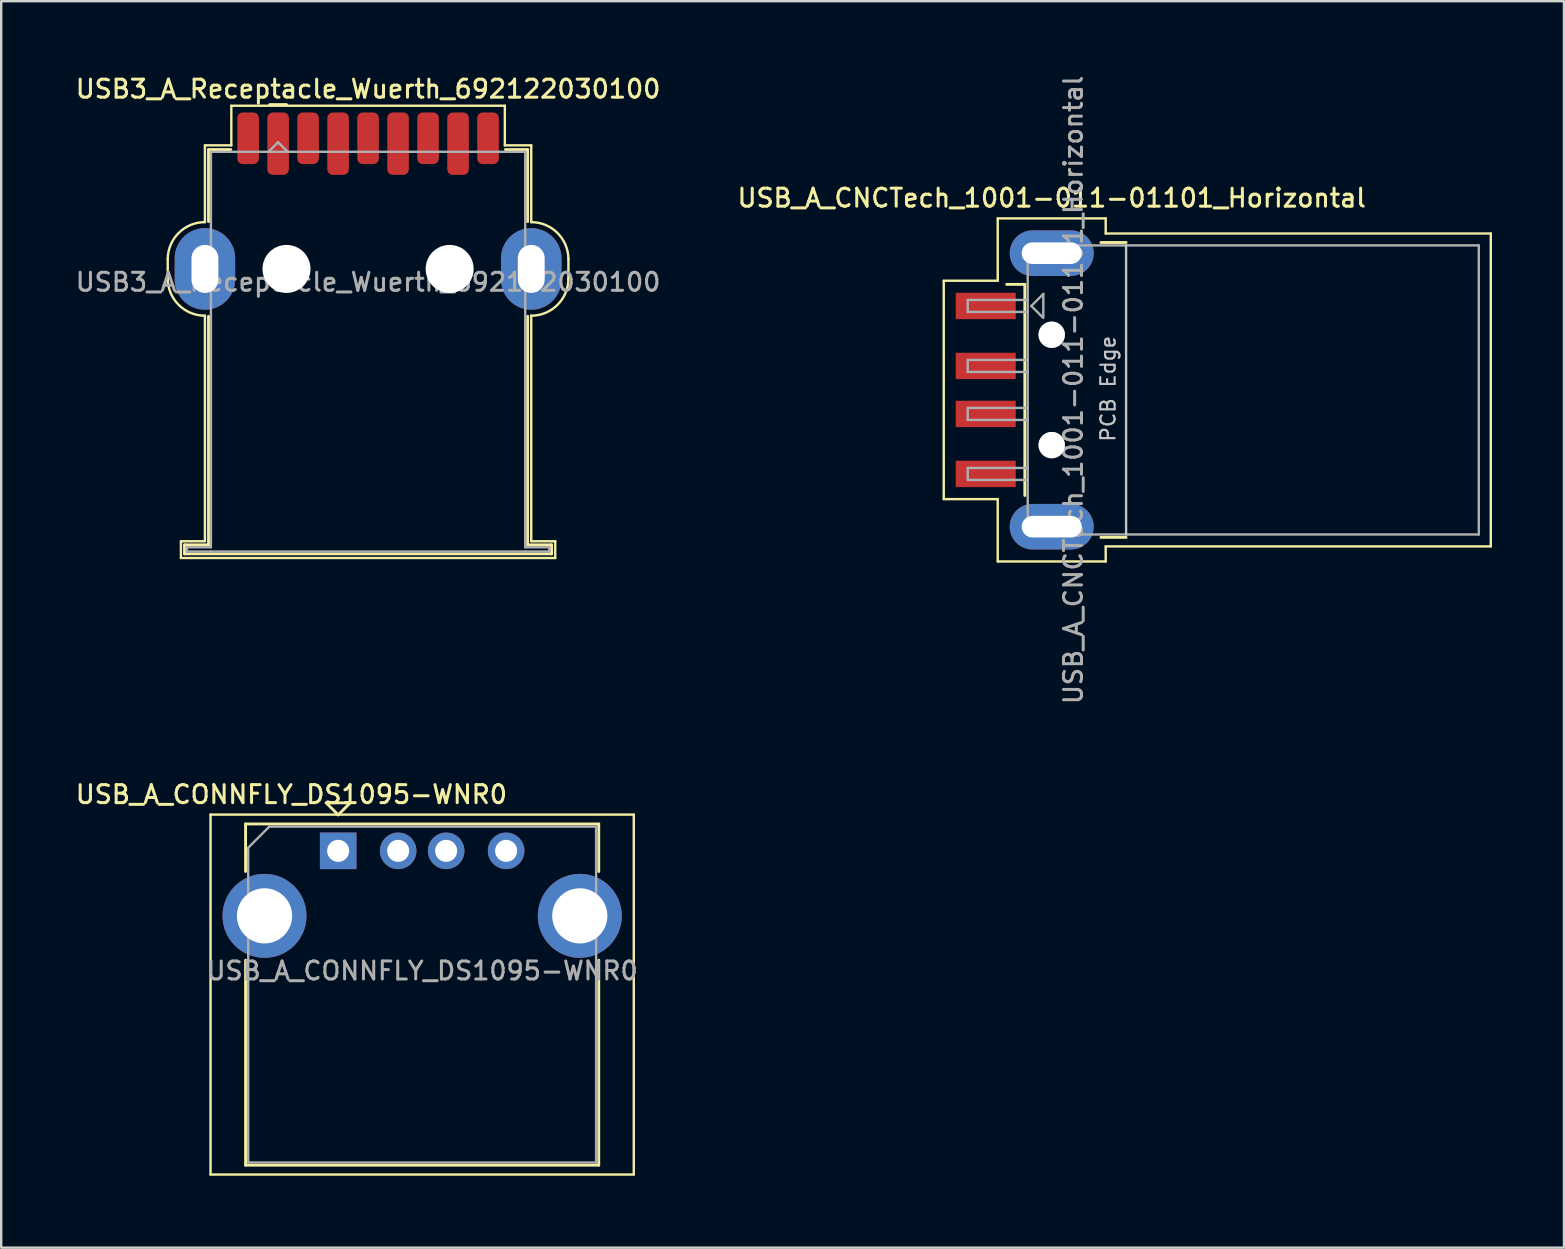
<source format=kicad_pcb>
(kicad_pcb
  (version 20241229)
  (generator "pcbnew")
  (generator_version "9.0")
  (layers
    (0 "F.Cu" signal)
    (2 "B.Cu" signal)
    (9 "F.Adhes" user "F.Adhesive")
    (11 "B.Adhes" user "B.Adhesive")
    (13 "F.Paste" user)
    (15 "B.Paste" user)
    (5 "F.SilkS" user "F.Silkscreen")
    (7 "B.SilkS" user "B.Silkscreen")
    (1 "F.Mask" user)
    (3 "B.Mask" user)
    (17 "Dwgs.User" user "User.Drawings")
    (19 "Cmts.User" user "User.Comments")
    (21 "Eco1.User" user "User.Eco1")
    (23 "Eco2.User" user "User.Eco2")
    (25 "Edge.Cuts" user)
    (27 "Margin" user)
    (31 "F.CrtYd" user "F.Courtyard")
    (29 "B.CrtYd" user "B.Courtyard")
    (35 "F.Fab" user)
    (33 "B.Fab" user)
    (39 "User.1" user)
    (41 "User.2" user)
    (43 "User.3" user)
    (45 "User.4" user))
  (footprint "USB_A_CONNFLY_DS1095-WNR0"
    (layer "F.Cu")
    (at 11.045 32.412)
    (property "Reference" "USB_A_CONNFLY_DS1095-WNR0" (at -1.95 -2.35 0) (layer "F.SilkS") (effects (font (size 0.75 0.75) (thickness 0.125))))
    (attr through_hole)
    (fp_line (start -5.32 -1.51) (end -5.32 13.49) (stroke (width 0.1) (type solid)) (layer "F.SilkS"))
    (fp_line (start -5.32 -1.51) (end 12.32 -1.51) (stroke (width 0.1) (type solid)) (layer "F.SilkS"))
    (fp_line (start -3.86 -1.12) (end -3.86 0.86) (stroke (width 0.12) (type solid)) (layer "F.SilkS"))
    (fp_line (start -3.86 -1.12) (end 10.86 -1.12) (stroke (width 0.12) (type solid)) (layer "F.SilkS"))
    (fp_line (start -3.86 4.56) (end -3.86 13.1) (stroke (width 0.12) (type solid)) (layer "F.SilkS"))
    (fp_line (start -3.86 13.1) (end 10.86 13.1) (stroke (width 0.12) (type solid)) (layer "F.SilkS"))
    (fp_line (start -0.5 -2) (end 0 -1.5) (stroke (width 0.12) (type solid)) (layer "F.SilkS"))
    (fp_line (start 0 -1.5) (end 0.5 -2) (stroke (width 0.12) (type solid)) (layer "F.SilkS"))
    (fp_line (start 0.5 -2) (end -0.5 -2) (stroke (width 0.12) (type solid)) (layer "F.SilkS"))
    (fp_line (start 10.86 0.86) (end 10.86 -1.12) (stroke (width 0.12) (type solid)) (layer "F.SilkS"))
    (fp_line (start 10.86 4.56) (end 10.86 13.1) (stroke (width 0.12) (type solid)) (layer "F.SilkS"))
    (fp_line (start 12.32 -1.51) (end 12.32 13.49) (stroke (width 0.1) (type solid)) (layer "F.SilkS"))
    (fp_line (start 12.32 13.49) (end -5.32 13.49) (stroke (width 0.1) (type solid)) (layer "F.SilkS"))
    (fp_line (start -3.75 -0.13) (end -3.75 12.99) (stroke (width 0.1) (type solid)) (layer "F.Fab"))
    (fp_line (start -3.75 12.99) (end 10.75 12.99) (stroke (width 0.1) (type solid)) (layer "F.Fab"))
    (fp_line (start -2.87 -1.01) (end -3.75 -0.13) (stroke (width 0.1) (type solid)) (layer "F.Fab"))
    (fp_line (start -2.87 -1.01) (end 10.75 -1.01) (stroke (width 0.1) (type solid)) (layer "F.Fab"))
    (fp_line (start 10.75 -1.01) (end 10.75 12.99) (stroke (width 0.1) (type solid)) (layer "F.Fab"))
    (fp_text user "${REFERENCE}" (at 3.5 5 0) (layer "F.Fab") (effects (font (size 0.75 0.75) (thickness 0.125))))
    (pad "1" thru_hole rect (at 0 0) (size 1.524 1.524) (drill 0.92) (layers "*.Cu" "*.Mask"))
    (pad "2" thru_hole circle (at 2.5 0) (size 1.524 1.524) (drill 0.92) (layers "*.Cu" "*.Mask"))
    (pad "3" thru_hole circle (at 4.5 0) (size 1.524 1.524) (drill 0.92) (layers "*.Cu" "*.Mask"))
    (pad "4" thru_hole circle (at 7 0) (size 1.524 1.524) (drill 0.92) (layers "*.Cu" "*.Mask"))
    (pad "5" thru_hole circle (at -3.07 2.71) (size 3.5 3.5) (drill 2.3) (layers "*.Cu" "*.Mask"))
    (pad "5" thru_hole circle (at 10.07 2.71) (size 3.5 3.5) (drill 2.3) (layers "*.Cu" "*.Mask")))
  (footprint "USB3_A_Receptacle_Wuerth_692122030100"
    (layer "F.Cu")
    (at 12.291 11.608)
    (property "Reference" "USB3_A_Receptacle_Wuerth_692122030100" (at 0 -10.95 0) (layer "F.SilkS") (effects (font (size 0.75 0.75) (thickness 0.125))))
    (attr smd)
    (fp_line (start -8.35 -3.85) (end -8.35 -3.05) (stroke (width 0.1) (type solid)) (layer "F.SilkS"))
    (fp_line (start -7.8 7.9) (end -7.8 8.6) (stroke (width 0.1) (type solid)) (layer "F.SilkS"))
    (fp_line (start -7.8 8.6) (end 7.8 8.6) (stroke (width 0.1) (type solid)) (layer "F.SilkS"))
    (fp_line (start -7.65 8.05) (end -6.65 8.05) (stroke (width 0.12) (type solid)) (layer "F.SilkS"))
    (fp_line (start -7.65 8.425) (end -7.65 8.05) (stroke (width 0.12) (type solid)) (layer "F.SilkS"))
    (fp_line (start -7.65 8.425) (end 7.65 8.425) (stroke (width 0.12) (type solid)) (layer "F.SilkS"))
    (fp_line (start -6.8 -8.6) (end -6.8 -5.4) (stroke (width 0.1) (type solid)) (layer "F.SilkS"))
    (fp_line (start -6.8 -1.5) (end -6.8 7.9) (stroke (width 0.1) (type solid)) (layer "F.SilkS"))
    (fp_line (start -6.8 7.9) (end -7.8 7.9) (stroke (width 0.1) (type solid)) (layer "F.SilkS"))
    (fp_line (start -6.65 -8.425) (end -6.65 -5.425) (stroke (width 0.12) (type solid)) (layer "F.SilkS"))
    (fp_line (start -6.65 8.05) (end -6.65 -1.475) (stroke (width 0.12) (type solid)) (layer "F.SilkS"))
    (fp_line (start -5.725 -8.425) (end -6.65 -8.425) (stroke (width 0.12) (type solid)) (layer "F.SilkS"))
    (fp_line (start -5.7 -10.25) (end -5.7 -8.6) (stroke (width 0.1) (type solid)) (layer "F.SilkS"))
    (fp_line (start -5.7 -8.6) (end -6.8 -8.6) (stroke (width 0.1) (type solid)) (layer "F.SilkS"))
    (fp_line (start -3.4 -10.3) (end -4.1 -10.3) (stroke (width 0.12) (type solid)) (layer "F.SilkS"))
    (fp_line (start 5.7 -10.25) (end -5.7 -10.25) (stroke (width 0.1) (type solid)) (layer "F.SilkS"))
    (fp_line (start 5.7 -8.6) (end 5.7 -10.25) (stroke (width 0.1) (type solid)) (layer "F.SilkS"))
    (fp_line (start 5.725 -8.425) (end 6.65 -8.425) (stroke (width 0.12) (type solid)) (layer "F.SilkS"))
    (fp_line (start 6.65 -8.425) (end 6.65 -5.425) (stroke (width 0.12) (type solid)) (layer "F.SilkS"))
    (fp_line (start 6.65 8.05) (end 6.65 -1.475) (stroke (width 0.12) (type solid)) (layer "F.SilkS"))
    (fp_line (start 6.8 -8.6) (end 5.7 -8.6) (stroke (width 0.1) (type solid)) (layer "F.SilkS"))
    (fp_line (start 6.8 -5.4) (end 6.8 -8.6) (stroke (width 0.1) (type solid)) (layer "F.SilkS"))
    (fp_line (start 6.8 7.9) (end 6.8 -1.5) (stroke (width 0.1) (type solid)) (layer "F.SilkS"))
    (fp_line (start 7.65 8.05) (end 6.65 8.05) (stroke (width 0.12) (type solid)) (layer "F.SilkS"))
    (fp_line (start 7.65 8.425) (end 7.65 8.05) (stroke (width 0.12) (type solid)) (layer "F.SilkS"))
    (fp_line (start 7.8 7.9) (end 6.8 7.9) (stroke (width 0.1) (type solid)) (layer "F.SilkS"))
    (fp_line (start 7.8 8.6) (end 7.8 7.9) (stroke (width 0.1) (type solid)) (layer "F.SilkS"))
    (fp_line (start 8.35 -3.05) (end 8.35 -3.85) (stroke (width 0.1) (type solid)) (layer "F.SilkS"))
    (fp_arc (start -8.35 -3.85) (mid -7.896016 -4.946016) (end -6.8 -5.4) (stroke (width 0.1) (type solid)) (layer "F.SilkS"))
    (fp_arc (start -6.8 -1.5) (mid -7.896016 -1.953984) (end -8.35 -3.05) (stroke (width 0.1) (type solid)) (layer "F.SilkS"))
    (fp_arc (start 6.8 -5.4) (mid 7.896016 -4.946016) (end 8.35 -3.85) (stroke (width 0.1) (type solid)) (layer "F.SilkS"))
    (fp_arc (start 8.35 -3.05) (mid 7.896016 -1.953984) (end 6.8 -1.5) (stroke (width 0.1) (type solid)) (layer "F.SilkS"))
    (fp_line (start -7.55 8.15) (end -7.55 8.33) (stroke (width 0.1) (type solid)) (layer "F.Fab"))
    (fp_line (start -6.55 -8.33) (end 6.55 -8.33) (stroke (width 0.1) (type solid)) (layer "F.Fab"))
    (fp_line (start -6.55 8.15) (end -7.55 8.15) (stroke (width 0.1) (type solid)) (layer "F.Fab"))
    (fp_line (start -6.55 8.15) (end -6.55 -8.33) (stroke (width 0.1) (type solid)) (layer "F.Fab"))
    (fp_line (start -6.55 8.33) (end -7.55 8.33) (stroke (width 0.1) (type solid)) (layer "F.Fab"))
    (fp_line (start -3.75 -8.73) (end -4.15 -8.33) (stroke (width 0.1) (type solid)) (layer "F.Fab"))
    (fp_line (start -3.75 -8.73) (end -3.35 -8.33) (stroke (width 0.1) (type solid)) (layer "F.Fab"))
    (fp_line (start 6.55 -8.33) (end 6.55 8.15) (stroke (width 0.1) (type solid)) (layer "F.Fab"))
    (fp_line (start 6.55 8.15) (end 7.55 8.15) (stroke (width 0.1) (type solid)) (layer "F.Fab"))
    (fp_line (start 6.55 8.33) (end -6.55 8.33) (stroke (width 0.1) (type solid)) (layer "F.Fab"))
    (fp_line (start 6.55 8.33) (end 7.55 8.33) (stroke (width 0.1) (type solid)) (layer "F.Fab"))
    (fp_line (start 7.55 8.15) (end 7.55 8.33) (stroke (width 0.1) (type solid)) (layer "F.Fab"))
    (fp_text user "${REFERENCE}" (at 0 -2.9 0) (layer "F.Fab") (effects (font (size 0.75 0.75) (thickness 0.125))))
    (pad "" np_thru_hole circle (at -3.4 -3.45) (size 2 2) (drill 2) (layers "*.Cu" "*.Mask"))
    (pad "" np_thru_hole circle (at 3.4 -3.45) (size 2 2) (drill 2) (layers "*.Cu" "*.Mask"))
    (pad "1" smd roundrect (at -3.75 -8.67) (size 0.9 2.6) (layers "F.Cu" "F.Mask" "F.Paste") (roundrect_rratio 0.25))
    (pad "2" smd roundrect (at -1.25 -8.67) (size 0.9 2.6) (layers "F.Cu" "F.Mask" "F.Paste") (roundrect_rratio 0.25))
    (pad "3" smd roundrect (at 1.25 -8.67) (size 0.9 2.6) (layers "F.Cu" "F.Mask" "F.Paste") (roundrect_rratio 0.25))
    (pad "4" smd roundrect (at 3.75 -8.67) (size 0.9 2.6) (layers "F.Cu" "F.Mask" "F.Paste") (roundrect_rratio 0.25))
    (pad "5" smd roundrect (at 5 -8.895) (size 0.9 2.15) (layers "F.Cu" "F.Mask" "F.Paste") (roundrect_rratio 0.25))
    (pad "6" smd roundrect (at 2.5 -8.895) (size 0.9 2.15) (layers "F.Cu" "F.Mask" "F.Paste") (roundrect_rratio 0.25))
    (pad "7" smd roundrect (at 0 -8.895) (size 0.9 2.15) (layers "F.Cu" "F.Mask" "F.Paste") (roundrect_rratio 0.25))
    (pad "8" smd roundrect (at -2.5 -8.895) (size 0.9 2.15) (layers "F.Cu" "F.Mask" "F.Paste") (roundrect_rratio 0.25))
    (pad "9" smd roundrect (at -5 -8.895) (size 0.9 2.15) (layers "F.Cu" "F.Mask" "F.Paste") (roundrect_rratio 0.25))
    (pad "10" thru_hole oval (at -6.8 -3.45) (size 2.52 3.4) (drill oval 1.12 2) (layers "*.Cu" "*.Mask"))
    (pad "10" thru_hole oval (at 6.8 -3.45) (size 2.52 3.4) (drill oval 1.12 2) (layers "*.Cu" "*.Mask")))
  (footprint "USB_A_CNCTech_1001-011-01101_Horizontal"
    (layer "F.Cu")
    (at 47.684 13.202)
    (property "Reference" "USB_A_CNCTech_1001-011-01101_Horizontal" (at -6.9 -8 0) (layer "F.SilkS") (effects (font (size 0.75 0.75) (thickness 0.125))))
    (attr smd)
    (fp_line (start -11.4 -4.55) (end -9.15 -4.55) (stroke (width 0.1) (type solid)) (layer "F.SilkS"))
    (fp_line (start -11.4 4.55) (end -11.4 -4.55) (stroke (width 0.1) (type solid)) (layer "F.SilkS"))
    (fp_line (start -11.4 4.55) (end -9.15 4.55) (stroke (width 0.1) (type solid)) (layer "F.SilkS"))
    (fp_line (start -9.15 -7.15) (end -9.15 -4.55) (stroke (width 0.1) (type solid)) (layer "F.SilkS"))
    (fp_line (start -9.15 -7.15) (end -4.65 -7.15) (stroke (width 0.1) (type solid)) (layer "F.SilkS"))
    (fp_line (start -9.15 4.55) (end -9.15 7.15) (stroke (width 0.1) (type solid)) (layer "F.SilkS"))
    (fp_line (start -9.15 7.15) (end -4.65 7.15) (stroke (width 0.1) (type solid)) (layer "F.SilkS"))
    (fp_line (start -8.02 -4.4) (end -8.775 -4.4) (stroke (width 0.12) (type solid)) (layer "F.SilkS"))
    (fp_line (start -8.02 -4.4) (end -8.02 4.4) (stroke (width 0.12) (type solid)) (layer "F.SilkS"))
    (fp_line (start -4.85 -6.145) (end -3.8 -6.145) (stroke (width 0.12) (type solid)) (layer "F.SilkS"))
    (fp_line (start -4.85 6.145) (end -3.8 6.145) (stroke (width 0.12) (type solid)) (layer "F.SilkS"))
    (fp_line (start -4.65 -6.52) (end -4.65 -7.15) (stroke (width 0.1) (type solid)) (layer "F.SilkS"))
    (fp_line (start -4.65 -6.52) (end 11.4 -6.52) (stroke (width 0.1) (type solid)) (layer "F.SilkS"))
    (fp_line (start -4.65 6.52) (end 11.4 6.52) (stroke (width 0.1) (type solid)) (layer "F.SilkS"))
    (fp_line (start -4.65 7.15) (end -4.65 6.52) (stroke (width 0.1) (type solid)) (layer "F.SilkS"))
    (fp_line (start 11.4 6.52) (end 11.4 -6.52) (stroke (width 0.1) (type solid)) (layer "F.SilkS"))
    (fp_line (start -3.8 6.025) (end -3.8 -6.025) (stroke (width 0.1) (type solid)) (layer "Dwgs.User"))
    (fp_line (start -10.4 -3.75) (end -7.9 -3.75) (stroke (width 0.1) (type solid)) (layer "F.Fab"))
    (fp_line (start -10.4 -3.25) (end -10.4 -3.75) (stroke (width 0.1) (type solid)) (layer "F.Fab"))
    (fp_line (start -10.4 -3.25) (end -7.9 -3.25) (stroke (width 0.1) (type solid)) (layer "F.Fab"))
    (fp_line (start -10.4 -1.25) (end -7.9 -1.25) (stroke (width 0.1) (type solid)) (layer "F.Fab"))
    (fp_line (start -10.4 -0.75) (end -10.4 -1.25) (stroke (width 0.1) (type solid)) (layer "F.Fab"))
    (fp_line (start -10.4 -0.75) (end -7.9 -0.75) (stroke (width 0.1) (type solid)) (layer "F.Fab"))
    (fp_line (start -10.4 0.75) (end -7.9 0.75) (stroke (width 0.1) (type solid)) (layer "F.Fab"))
    (fp_line (start -10.4 1.25) (end -10.4 0.75) (stroke (width 0.1) (type solid)) (layer "F.Fab"))
    (fp_line (start -10.4 1.25) (end -7.9 1.25) (stroke (width 0.1) (type solid)) (layer "F.Fab"))
    (fp_line (start -10.4 3.25) (end -7.9 3.25) (stroke (width 0.1) (type solid)) (layer "F.Fab"))
    (fp_line (start -10.4 3.75) (end -10.4 3.25) (stroke (width 0.1) (type solid)) (layer "F.Fab"))
    (fp_line (start -10.4 3.75) (end -7.9 3.75) (stroke (width 0.1) (type solid)) (layer "F.Fab"))
    (fp_line (start -7.9 -6.025) (end 10.9 -6.025) (stroke (width 0.1) (type solid)) (layer "F.Fab"))
    (fp_line (start -7.9 6.025) (end -7.9 -6.025) (stroke (width 0.1) (type solid)) (layer "F.Fab"))
    (fp_line (start -7.9 6.025) (end 10.9 6.025) (stroke (width 0.1) (type solid)) (layer "F.Fab"))
    (fp_line (start -7.75 -3.5) (end -7.25 -4) (stroke (width 0.1) (type solid)) (layer "F.Fab"))
    (fp_line (start -7.75 -3.5) (end -7.25 -3) (stroke (width 0.1) (type solid)) (layer "F.Fab"))
    (fp_line (start -7.25 -4) (end -7.25 -3.05) (stroke (width 0.1) (type solid)) (layer "F.Fab"))
    (fp_line (start 10.9 6.025) (end 10.9 -6.025) (stroke (width 0.1) (type solid)) (layer "F.Fab"))
    (fp_circle (center -6.9 -2.3) (end -6.9 -2.8) (stroke (width 0.1) (type solid)) (fill no) (layer "F.Fab"))
    (fp_circle (center -6.9 2.3) (end -6.9 2.8) (stroke (width 0.1) (type solid)) (fill no) (layer "F.Fab"))
    (fp_text user "PCB Edge" (at -4.55 -0.05 90) (layer "Dwgs.User") (effects (font (size 0.6 0.6) (thickness 0.09))))
    (fp_text user "${REFERENCE}" (at -6 0 90) (layer "F.Fab") (effects (font (size 0.75 0.75) (thickness 0.125))))
    (pad "" np_thru_hole circle (at -6.9 -2.3) (size 1.1 1.1) (drill 1.1) (layers "*.Cu" "*.Mask"))
    (pad "" np_thru_hole circle (at -6.9 2.3) (size 1.1 1.1) (drill 1.1) (layers "*.Cu" "*.Mask"))
    (pad "1" smd rect (at -9.65 -3.5) (size 2.5 1.1) (layers "F.Cu" "F.Mask" "F.Paste"))
    (pad "2" smd rect (at -9.65 -1) (size 2.5 1.1) (layers "F.Cu" "F.Mask" "F.Paste"))
    (pad "3" smd rect (at -9.65 1) (size 2.5 1.1) (layers "F.Cu" "F.Mask" "F.Paste"))
    (pad "4" smd rect (at -9.65 3.5) (size 2.5 1.1) (layers "F.Cu" "F.Mask" "F.Paste"))
    (pad "5" thru_hole oval (at -6.9 -5.7) (size 3.5 1.9) (drill oval 2.5 0.9) (layers "*.Cu" "*.Mask"))
    (pad "5" thru_hole oval (at -6.9 5.7) (size 3.5 1.9) (drill oval 2.5 0.9) (layers "*.Cu" "*.Mask")))
  (gr_rect
    (start -3 -3)
    (end 62.134 48.952)
    (stroke (width 0.1) (type default))
    (fill no)
    (layer "Edge.Cuts")))
</source>
